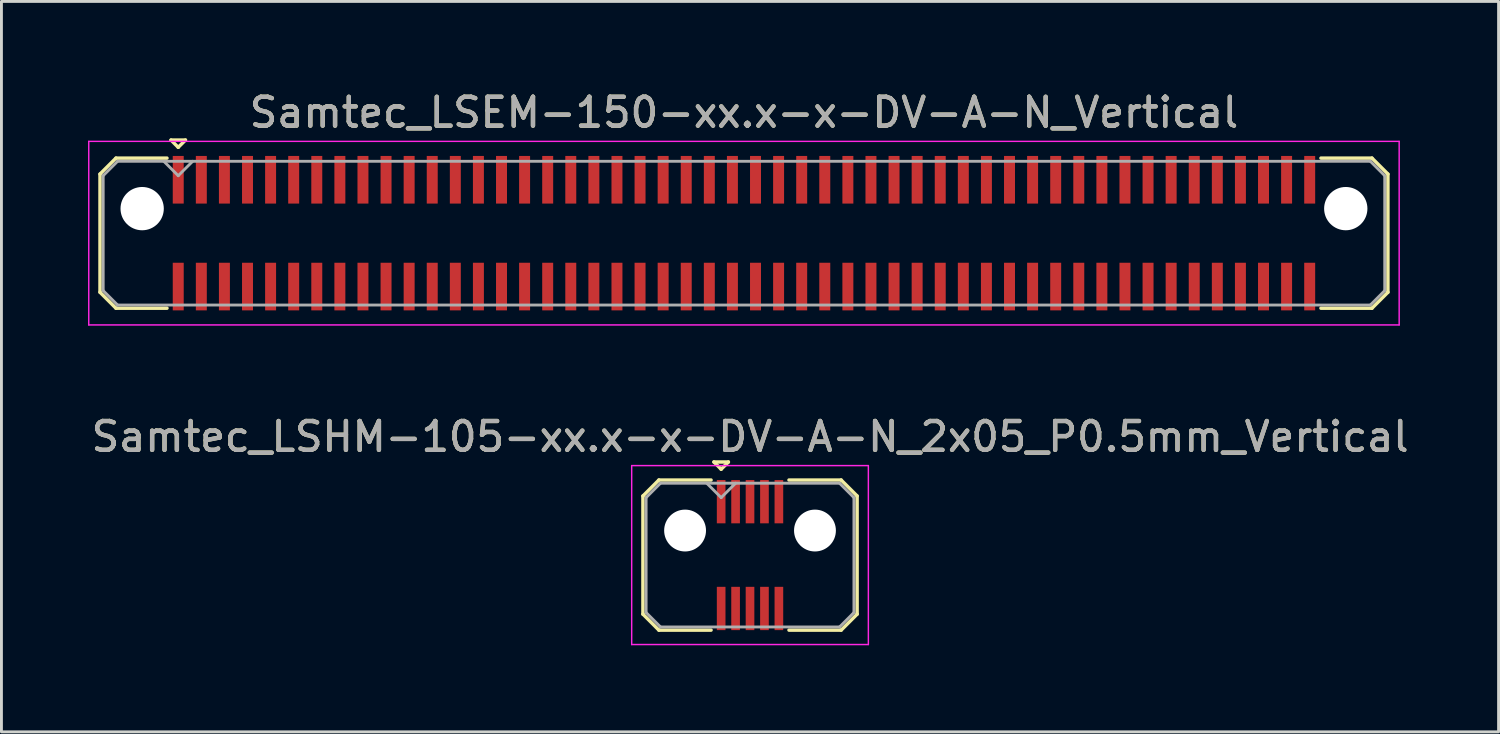
<source format=kicad_pcb>
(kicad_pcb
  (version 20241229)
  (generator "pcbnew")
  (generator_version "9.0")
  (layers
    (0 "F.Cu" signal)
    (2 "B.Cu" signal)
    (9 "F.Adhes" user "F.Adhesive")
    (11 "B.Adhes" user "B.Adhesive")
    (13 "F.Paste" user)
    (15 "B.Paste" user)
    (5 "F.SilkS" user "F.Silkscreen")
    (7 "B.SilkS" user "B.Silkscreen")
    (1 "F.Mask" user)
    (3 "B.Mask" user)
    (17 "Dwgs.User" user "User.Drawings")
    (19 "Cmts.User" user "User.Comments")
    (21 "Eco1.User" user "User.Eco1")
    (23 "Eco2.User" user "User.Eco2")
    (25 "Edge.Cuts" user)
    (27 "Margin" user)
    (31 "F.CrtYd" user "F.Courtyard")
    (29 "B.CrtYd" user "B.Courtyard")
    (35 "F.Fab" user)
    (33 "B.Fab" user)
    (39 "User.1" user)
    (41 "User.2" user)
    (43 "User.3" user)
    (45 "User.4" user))
  (footprint "Samtec_LSHM-105-xx.x-x-DV-A-N_2x05_P0.5mm_Vertical"
    (layer "F.Cu")
    (at 22.935 16.181)
    (property "Reference" "Samtec_LSHM-105-xx.x-x-DV-A-N_2x05_P0.5mm_Vertical" (at 0 -4.1 0) (layer "F.SilkS") (effects (font (size 1 1) (thickness 0.15))))
    (attr smd)
    (fp_line (start -3.71 -2.047) (end -3.71 2.047) (stroke (width 0.12) (type solid)) (layer "F.SilkS"))
    (fp_line (start -3.71 2.047) (end -3.157 2.6) (stroke (width 0.12) (type solid)) (layer "F.SilkS"))
    (fp_line (start -3.157 -2.6) (end -3.71 -2.047) (stroke (width 0.12) (type solid)) (layer "F.SilkS"))
    (fp_line (start -3.157 2.6) (end -1.35 2.6) (stroke (width 0.12) (type solid)) (layer "F.SilkS"))
    (fp_line (start -1.35 -2.6) (end -3.157 -2.6) (stroke (width 0.12) (type solid)) (layer "F.SilkS"))
    (fp_line (start -1.25 -3.225) (end -0.75 -3.225) (stroke (width 0.12) (type solid)) (layer "F.SilkS"))
    (fp_line (start -1 -2.975) (end -1.25 -3.225) (stroke (width 0.12) (type solid)) (layer "F.SilkS"))
    (fp_line (start -0.75 -3.225) (end -1 -2.975) (stroke (width 0.12) (type solid)) (layer "F.SilkS"))
    (fp_line (start 1.35 -2.6) (end 3.157 -2.6) (stroke (width 0.12) (type solid)) (layer "F.SilkS"))
    (fp_line (start 3.157 -2.6) (end 3.71 -2.047) (stroke (width 0.12) (type solid)) (layer "F.SilkS"))
    (fp_line (start 3.157 2.6) (end 1.35 2.6) (stroke (width 0.12) (type solid)) (layer "F.SilkS"))
    (fp_line (start 3.71 -2.047) (end 3.71 2.047) (stroke (width 0.12) (type solid)) (layer "F.SilkS"))
    (fp_line (start 3.71 2.047) (end 3.157 2.6) (stroke (width 0.12) (type solid)) (layer "F.SilkS"))
    (fp_line (start -4.1 -3.1) (end -4.1 3.1) (stroke (width 0.05) (type solid)) (layer "F.CrtYd"))
    (fp_line (start -4.1 3.1) (end 4.1 3.1) (stroke (width 0.05) (type solid)) (layer "F.CrtYd"))
    (fp_line (start 4.1 -3.1) (end -4.1 -3.1) (stroke (width 0.05) (type solid)) (layer "F.CrtYd"))
    (fp_line (start 4.1 3.1) (end 4.1 -3.1) (stroke (width 0.05) (type solid)) (layer "F.CrtYd"))
    (fp_line (start -3.6 -1.992) (end -3.6 1.992) (stroke (width 0.1) (type solid)) (layer "F.Fab"))
    (fp_line (start -3.6 1.992) (end -3.102 2.49) (stroke (width 0.1) (type solid)) (layer "F.Fab"))
    (fp_line (start -3.102 -2.49) (end -3.6 -1.992) (stroke (width 0.1) (type solid)) (layer "F.Fab"))
    (fp_line (start -3.102 2.49) (end 3.102 2.49) (stroke (width 0.1) (type solid)) (layer "F.Fab"))
    (fp_line (start -1 -1.99) (end -1.5 -2.49) (stroke (width 0.1) (type solid)) (layer "F.Fab"))
    (fp_line (start -0.5 -2.49) (end -1 -1.99) (stroke (width 0.1) (type solid)) (layer "F.Fab"))
    (fp_line (start 3.102 -2.49) (end -3.102 -2.49) (stroke (width 0.1) (type solid)) (layer "F.Fab"))
    (fp_line (start 3.102 2.49) (end 3.6 1.992) (stroke (width 0.1) (type solid)) (layer "F.Fab"))
    (fp_line (start 3.6 -1.992) (end 3.102 -2.49) (stroke (width 0.1) (type solid)) (layer "F.Fab"))
    (fp_line (start 3.6 1.992) (end 3.6 -1.992) (stroke (width 0.1) (type solid)) (layer "F.Fab"))
    (fp_text user "${REFERENCE}" (at 0 -4.1 0) (layer "F.Fab") (effects (font (size 1 1) (thickness 0.15))))
    (pad "" np_thru_hole circle (at -2.25 -0.85) (size 1.45 1.45) (drill 1.45) (layers "*.Cu" "*.Mask"))
    (pad "" np_thru_hole circle (at 2.25 -0.85) (size 1.45 1.45) (drill 1.45) (layers "*.Cu" "*.Mask"))
    (pad "1" smd rect (at -1 -1.85) (size 0.3 1.5) (layers "F.Cu" "F.Mask" "F.Paste"))
    (pad "2" smd rect (at -1 1.85) (size 0.3 1.5) (layers "F.Cu" "F.Mask" "F.Paste"))
    (pad "3" smd rect (at -0.5 -1.85) (size 0.3 1.5) (layers "F.Cu" "F.Mask" "F.Paste"))
    (pad "4" smd rect (at -0.5 1.85) (size 0.3 1.5) (layers "F.Cu" "F.Mask" "F.Paste"))
    (pad "5" smd rect (at 0 -1.85) (size 0.3 1.5) (layers "F.Cu" "F.Mask" "F.Paste"))
    (pad "6" smd rect (at 0 1.85) (size 0.3 1.5) (layers "F.Cu" "F.Mask" "F.Paste"))
    (pad "7" smd rect (at 0.5 -1.85) (size 0.3 1.5) (layers "F.Cu" "F.Mask" "F.Paste"))
    (pad "8" smd rect (at 0.5 1.85) (size 0.3 1.5) (layers "F.Cu" "F.Mask" "F.Paste"))
    (pad "9" smd rect (at 1 -1.85) (size 0.3 1.5) (layers "F.Cu" "F.Mask" "F.Paste"))
    (pad "10" smd rect (at 1 1.85) (size 0.3 1.5) (layers "F.Cu" "F.Mask" "F.Paste")))
  (footprint "Samtec_LSEM-150-xx.x-x-DV-A-N_Vertical"
    (layer "F.Cu")
    (at 22.725 5.028)
    (property "Reference" "Samtec_LSEM-150-xx.x-x-DV-A-N_Vertical" (at 0 -4.18 0) (layer "F.SilkS") (effects (font (size 1 1) (thickness 0.15))))
    (attr smd)
    (fp_line (start -22.31 -2.047) (end -22.31 2.047) (stroke (width 0.12) (type solid)) (layer "F.SilkS"))
    (fp_line (start -22.31 2.047) (end -21.757 2.6) (stroke (width 0.12) (type solid)) (layer "F.SilkS"))
    (fp_line (start -21.757 -2.6) (end -22.31 -2.047) (stroke (width 0.12) (type solid)) (layer "F.SilkS"))
    (fp_line (start -21.757 2.6) (end -19.99 2.6) (stroke (width 0.12) (type solid)) (layer "F.SilkS"))
    (fp_line (start -19.99 -2.6) (end -21.757 -2.6) (stroke (width 0.12) (type solid)) (layer "F.SilkS"))
    (fp_line (start -19.85 -3.225) (end -19.35 -3.225) (stroke (width 0.12) (type solid)) (layer "F.SilkS"))
    (fp_line (start -19.6 -2.975) (end -19.85 -3.225) (stroke (width 0.12) (type solid)) (layer "F.SilkS"))
    (fp_line (start -19.35 -3.225) (end -19.6 -2.975) (stroke (width 0.12) (type solid)) (layer "F.SilkS"))
    (fp_line (start 19.99 -2.6) (end 21.757 -2.6) (stroke (width 0.12) (type solid)) (layer "F.SilkS"))
    (fp_line (start 21.757 -2.6) (end 22.31 -2.047) (stroke (width 0.12) (type solid)) (layer "F.SilkS"))
    (fp_line (start 21.757 2.6) (end 19.99 2.6) (stroke (width 0.12) (type solid)) (layer "F.SilkS"))
    (fp_line (start 22.31 -2.047) (end 22.31 2.047) (stroke (width 0.12) (type solid)) (layer "F.SilkS"))
    (fp_line (start 22.31 2.047) (end 21.757 2.6) (stroke (width 0.12) (type solid)) (layer "F.SilkS"))
    (fp_line (start -22.7 -3.18) (end -22.7 3.18) (stroke (width 0.05) (type solid)) (layer "F.CrtYd"))
    (fp_line (start -22.7 3.18) (end 22.7 3.18) (stroke (width 0.05) (type solid)) (layer "F.CrtYd"))
    (fp_line (start 22.7 -3.18) (end -22.7 -3.18) (stroke (width 0.05) (type solid)) (layer "F.CrtYd"))
    (fp_line (start 22.7 3.18) (end 22.7 -3.18) (stroke (width 0.05) (type solid)) (layer "F.CrtYd"))
    (fp_line (start -22.2 -1.992) (end -22.2 1.992) (stroke (width 0.1) (type solid)) (layer "F.Fab"))
    (fp_line (start -22.2 1.992) (end -21.702 2.49) (stroke (width 0.1) (type solid)) (layer "F.Fab"))
    (fp_line (start -21.702 -2.49) (end -22.2 -1.992) (stroke (width 0.1) (type solid)) (layer "F.Fab"))
    (fp_line (start -21.702 2.49) (end 21.702 2.49) (stroke (width 0.1) (type solid)) (layer "F.Fab"))
    (fp_line (start -19.6 -1.99) (end -20.1 -2.49) (stroke (width 0.1) (type solid)) (layer "F.Fab"))
    (fp_line (start -19.1 -2.49) (end -19.6 -1.99) (stroke (width 0.1) (type solid)) (layer "F.Fab"))
    (fp_line (start 21.702 -2.49) (end -21.702 -2.49) (stroke (width 0.1) (type solid)) (layer "F.Fab"))
    (fp_line (start 21.702 2.49) (end 22.2 1.992) (stroke (width 0.1) (type solid)) (layer "F.Fab"))
    (fp_line (start 22.2 -1.992) (end 21.702 -2.49) (stroke (width 0.1) (type solid)) (layer "F.Fab"))
    (fp_line (start 22.2 1.992) (end 22.2 -1.992) (stroke (width 0.1) (type solid)) (layer "F.Fab"))
    (fp_text user "${REFERENCE}" (at 0 -4.18 0) (layer "F.Fab") (effects (font (size 1 1) (thickness 0.15))))
    (pad "" np_thru_hole circle (at -20.85 -0.85) (size 1.5 1.5) (drill 1.5) (layers "*.Cu" "*.Mask"))
    (pad "" np_thru_hole circle (at 20.85 -0.85) (size 1.5 1.5) (drill 1.5) (layers "*.Cu" "*.Mask"))
    (pad "1" smd rect (at -19.6 -1.85) (size 0.38 1.65) (layers "F.Cu" "F.Mask" "F.Paste"))
    (pad "2" smd rect (at -19.6 1.85) (size 0.38 1.65) (layers "F.Cu" "F.Mask" "F.Paste"))
    (pad "3" smd rect (at -18.8 -1.85) (size 0.38 1.65) (layers "F.Cu" "F.Mask" "F.Paste"))
    (pad "4" smd rect (at -18.8 1.85) (size 0.38 1.65) (layers "F.Cu" "F.Mask" "F.Paste"))
    (pad "5" smd rect (at -18 -1.85) (size 0.38 1.65) (layers "F.Cu" "F.Mask" "F.Paste"))
    (pad "6" smd rect (at -18 1.85) (size 0.38 1.65) (layers "F.Cu" "F.Mask" "F.Paste"))
    (pad "7" smd rect (at -17.2 -1.85) (size 0.38 1.65) (layers "F.Cu" "F.Mask" "F.Paste"))
    (pad "8" smd rect (at -17.2 1.85) (size 0.38 1.65) (layers "F.Cu" "F.Mask" "F.Paste"))
    (pad "9" smd rect (at -16.4 -1.85) (size 0.38 1.65) (layers "F.Cu" "F.Mask" "F.Paste"))
    (pad "10" smd rect (at -16.4 1.85) (size 0.38 1.65) (layers "F.Cu" "F.Mask" "F.Paste"))
    (pad "11" smd rect (at -15.6 -1.85) (size 0.38 1.65) (layers "F.Cu" "F.Mask" "F.Paste"))
    (pad "12" smd rect (at -15.6 1.85) (size 0.38 1.65) (layers "F.Cu" "F.Mask" "F.Paste"))
    (pad "13" smd rect (at -14.8 -1.85) (size 0.38 1.65) (layers "F.Cu" "F.Mask" "F.Paste"))
    (pad "14" smd rect (at -14.8 1.85) (size 0.38 1.65) (layers "F.Cu" "F.Mask" "F.Paste"))
    (pad "15" smd rect (at -14 -1.85) (size 0.38 1.65) (layers "F.Cu" "F.Mask" "F.Paste"))
    (pad "16" smd rect (at -14 1.85) (size 0.38 1.65) (layers "F.Cu" "F.Mask" "F.Paste"))
    (pad "17" smd rect (at -13.2 -1.85) (size 0.38 1.65) (layers "F.Cu" "F.Mask" "F.Paste"))
    (pad "18" smd rect (at -13.2 1.85) (size 0.38 1.65) (layers "F.Cu" "F.Mask" "F.Paste"))
    (pad "19" smd rect (at -12.4 -1.85) (size 0.38 1.65) (layers "F.Cu" "F.Mask" "F.Paste"))
    (pad "20" smd rect (at -12.4 1.85) (size 0.38 1.65) (layers "F.Cu" "F.Mask" "F.Paste"))
    (pad "21" smd rect (at -11.6 -1.85) (size 0.38 1.65) (layers "F.Cu" "F.Mask" "F.Paste"))
    (pad "22" smd rect (at -11.6 1.85) (size 0.38 1.65) (layers "F.Cu" "F.Mask" "F.Paste"))
    (pad "23" smd rect (at -10.8 -1.85) (size 0.38 1.65) (layers "F.Cu" "F.Mask" "F.Paste"))
    (pad "24" smd rect (at -10.8 1.85) (size 0.38 1.65) (layers "F.Cu" "F.Mask" "F.Paste"))
    (pad "25" smd rect (at -10 -1.85) (size 0.38 1.65) (layers "F.Cu" "F.Mask" "F.Paste"))
    (pad "26" smd rect (at -10 1.85) (size 0.38 1.65) (layers "F.Cu" "F.Mask" "F.Paste"))
    (pad "27" smd rect (at -9.2 -1.85) (size 0.38 1.65) (layers "F.Cu" "F.Mask" "F.Paste"))
    (pad "28" smd rect (at -9.2 1.85) (size 0.38 1.65) (layers "F.Cu" "F.Mask" "F.Paste"))
    (pad "29" smd rect (at -8.4 -1.85) (size 0.38 1.65) (layers "F.Cu" "F.Mask" "F.Paste"))
    (pad "30" smd rect (at -8.4 1.85) (size 0.38 1.65) (layers "F.Cu" "F.Mask" "F.Paste"))
    (pad "31" smd rect (at -7.6 -1.85) (size 0.38 1.65) (layers "F.Cu" "F.Mask" "F.Paste"))
    (pad "32" smd rect (at -7.6 1.85) (size 0.38 1.65) (layers "F.Cu" "F.Mask" "F.Paste"))
    (pad "33" smd rect (at -6.8 -1.85) (size 0.38 1.65) (layers "F.Cu" "F.Mask" "F.Paste"))
    (pad "34" smd rect (at -6.8 1.85) (size 0.38 1.65) (layers "F.Cu" "F.Mask" "F.Paste"))
    (pad "35" smd rect (at -6 -1.85) (size 0.38 1.65) (layers "F.Cu" "F.Mask" "F.Paste"))
    (pad "36" smd rect (at -6 1.85) (size 0.38 1.65) (layers "F.Cu" "F.Mask" "F.Paste"))
    (pad "37" smd rect (at -5.2 -1.85) (size 0.38 1.65) (layers "F.Cu" "F.Mask" "F.Paste"))
    (pad "38" smd rect (at -5.2 1.85) (size 0.38 1.65) (layers "F.Cu" "F.Mask" "F.Paste"))
    (pad "39" smd rect (at -4.4 -1.85) (size 0.38 1.65) (layers "F.Cu" "F.Mask" "F.Paste"))
    (pad "40" smd rect (at -4.4 1.85) (size 0.38 1.65) (layers "F.Cu" "F.Mask" "F.Paste"))
    (pad "41" smd rect (at -3.6 -1.85) (size 0.38 1.65) (layers "F.Cu" "F.Mask" "F.Paste"))
    (pad "42" smd rect (at -3.6 1.85) (size 0.38 1.65) (layers "F.Cu" "F.Mask" "F.Paste"))
    (pad "43" smd rect (at -2.8 -1.85) (size 0.38 1.65) (layers "F.Cu" "F.Mask" "F.Paste"))
    (pad "44" smd rect (at -2.8 1.85) (size 0.38 1.65) (layers "F.Cu" "F.Mask" "F.Paste"))
    (pad "45" smd rect (at -2 -1.85) (size 0.38 1.65) (layers "F.Cu" "F.Mask" "F.Paste"))
    (pad "46" smd rect (at -2 1.85) (size 0.38 1.65) (layers "F.Cu" "F.Mask" "F.Paste"))
    (pad "47" smd rect (at -1.2 -1.85) (size 0.38 1.65) (layers "F.Cu" "F.Mask" "F.Paste"))
    (pad "48" smd rect (at -1.2 1.85) (size 0.38 1.65) (layers "F.Cu" "F.Mask" "F.Paste"))
    (pad "49" smd rect (at -0.4 -1.85) (size 0.38 1.65) (layers "F.Cu" "F.Mask" "F.Paste"))
    (pad "50" smd rect (at -0.4 1.85) (size 0.38 1.65) (layers "F.Cu" "F.Mask" "F.Paste"))
    (pad "51" smd rect (at 0.4 -1.85) (size 0.38 1.65) (layers "F.Cu" "F.Mask" "F.Paste"))
    (pad "52" smd rect (at 0.4 1.85) (size 0.38 1.65) (layers "F.Cu" "F.Mask" "F.Paste"))
    (pad "53" smd rect (at 1.2 -1.85) (size 0.38 1.65) (layers "F.Cu" "F.Mask" "F.Paste"))
    (pad "54" smd rect (at 1.2 1.85) (size 0.38 1.65) (layers "F.Cu" "F.Mask" "F.Paste"))
    (pad "55" smd rect (at 2 -1.85) (size 0.38 1.65) (layers "F.Cu" "F.Mask" "F.Paste"))
    (pad "56" smd rect (at 2 1.85) (size 0.38 1.65) (layers "F.Cu" "F.Mask" "F.Paste"))
    (pad "57" smd rect (at 2.8 -1.85) (size 0.38 1.65) (layers "F.Cu" "F.Mask" "F.Paste"))
    (pad "58" smd rect (at 2.8 1.85) (size 0.38 1.65) (layers "F.Cu" "F.Mask" "F.Paste"))
    (pad "59" smd rect (at 3.6 -1.85) (size 0.38 1.65) (layers "F.Cu" "F.Mask" "F.Paste"))
    (pad "60" smd rect (at 3.6 1.85) (size 0.38 1.65) (layers "F.Cu" "F.Mask" "F.Paste"))
    (pad "61" smd rect (at 4.4 -1.85) (size 0.38 1.65) (layers "F.Cu" "F.Mask" "F.Paste"))
    (pad "62" smd rect (at 4.4 1.85) (size 0.38 1.65) (layers "F.Cu" "F.Mask" "F.Paste"))
    (pad "63" smd rect (at 5.2 -1.85) (size 0.38 1.65) (layers "F.Cu" "F.Mask" "F.Paste"))
    (pad "64" smd rect (at 5.2 1.85) (size 0.38 1.65) (layers "F.Cu" "F.Mask" "F.Paste"))
    (pad "65" smd rect (at 6 -1.85) (size 0.38 1.65) (layers "F.Cu" "F.Mask" "F.Paste"))
    (pad "66" smd rect (at 6 1.85) (size 0.38 1.65) (layers "F.Cu" "F.Mask" "F.Paste"))
    (pad "67" smd rect (at 6.8 -1.85) (size 0.38 1.65) (layers "F.Cu" "F.Mask" "F.Paste"))
    (pad "68" smd rect (at 6.8 1.85) (size 0.38 1.65) (layers "F.Cu" "F.Mask" "F.Paste"))
    (pad "69" smd rect (at 7.6 -1.85) (size 0.38 1.65) (layers "F.Cu" "F.Mask" "F.Paste"))
    (pad "70" smd rect (at 7.6 1.85) (size 0.38 1.65) (layers "F.Cu" "F.Mask" "F.Paste"))
    (pad "71" smd rect (at 8.4 -1.85) (size 0.38 1.65) (layers "F.Cu" "F.Mask" "F.Paste"))
    (pad "72" smd rect (at 8.4 1.85) (size 0.38 1.65) (layers "F.Cu" "F.Mask" "F.Paste"))
    (pad "73" smd rect (at 9.2 -1.85) (size 0.38 1.65) (layers "F.Cu" "F.Mask" "F.Paste"))
    (pad "74" smd rect (at 9.2 1.85) (size 0.38 1.65) (layers "F.Cu" "F.Mask" "F.Paste"))
    (pad "75" smd rect (at 10 -1.85) (size 0.38 1.65) (layers "F.Cu" "F.Mask" "F.Paste"))
    (pad "76" smd rect (at 10 1.85) (size 0.38 1.65) (layers "F.Cu" "F.Mask" "F.Paste"))
    (pad "77" smd rect (at 10.8 -1.85) (size 0.38 1.65) (layers "F.Cu" "F.Mask" "F.Paste"))
    (pad "78" smd rect (at 10.8 1.85) (size 0.38 1.65) (layers "F.Cu" "F.Mask" "F.Paste"))
    (pad "79" smd rect (at 11.6 -1.85) (size 0.38 1.65) (layers "F.Cu" "F.Mask" "F.Paste"))
    (pad "80" smd rect (at 11.6 1.85) (size 0.38 1.65) (layers "F.Cu" "F.Mask" "F.Paste"))
    (pad "81" smd rect (at 12.4 -1.85) (size 0.38 1.65) (layers "F.Cu" "F.Mask" "F.Paste"))
    (pad "82" smd rect (at 12.4 1.85) (size 0.38 1.65) (layers "F.Cu" "F.Mask" "F.Paste"))
    (pad "83" smd rect (at 13.2 -1.85) (size 0.38 1.65) (layers "F.Cu" "F.Mask" "F.Paste"))
    (pad "84" smd rect (at 13.2 1.85) (size 0.38 1.65) (layers "F.Cu" "F.Mask" "F.Paste"))
    (pad "85" smd rect (at 14 -1.85) (size 0.38 1.65) (layers "F.Cu" "F.Mask" "F.Paste"))
    (pad "86" smd rect (at 14 1.85) (size 0.38 1.65) (layers "F.Cu" "F.Mask" "F.Paste"))
    (pad "87" smd rect (at 14.8 -1.85) (size 0.38 1.65) (layers "F.Cu" "F.Mask" "F.Paste"))
    (pad "88" smd rect (at 14.8 1.85) (size 0.38 1.65) (layers "F.Cu" "F.Mask" "F.Paste"))
    (pad "89" smd rect (at 15.6 -1.85) (size 0.38 1.65) (layers "F.Cu" "F.Mask" "F.Paste"))
    (pad "90" smd rect (at 15.6 1.85) (size 0.38 1.65) (layers "F.Cu" "F.Mask" "F.Paste"))
    (pad "91" smd rect (at 16.4 -1.85) (size 0.38 1.65) (layers "F.Cu" "F.Mask" "F.Paste"))
    (pad "92" smd rect (at 16.4 1.85) (size 0.38 1.65) (layers "F.Cu" "F.Mask" "F.Paste"))
    (pad "93" smd rect (at 17.2 -1.85) (size 0.38 1.65) (layers "F.Cu" "F.Mask" "F.Paste"))
    (pad "94" smd rect (at 17.2 1.85) (size 0.38 1.65) (layers "F.Cu" "F.Mask" "F.Paste"))
    (pad "95" smd rect (at 18 -1.85) (size 0.38 1.65) (layers "F.Cu" "F.Mask" "F.Paste"))
    (pad "96" smd rect (at 18 1.85) (size 0.38 1.65) (layers "F.Cu" "F.Mask" "F.Paste"))
    (pad "97" smd rect (at 18.8 -1.85) (size 0.38 1.65) (layers "F.Cu" "F.Mask" "F.Paste"))
    (pad "98" smd rect (at 18.8 1.85) (size 0.38 1.65) (layers "F.Cu" "F.Mask" "F.Paste"))
    (pad "99" smd rect (at 19.6 -1.85) (size 0.38 1.65) (layers "F.Cu" "F.Mask" "F.Paste"))
    (pad "100" smd rect (at 19.6 1.85) (size 0.38 1.65) (layers "F.Cu" "F.Mask" "F.Paste")))
  (gr_rect
    (start -3 -3)
    (end 48.869 22.306)
    (stroke (width 0.1) (type default))
    (fill no)
    (layer "Edge.Cuts")))
</source>
